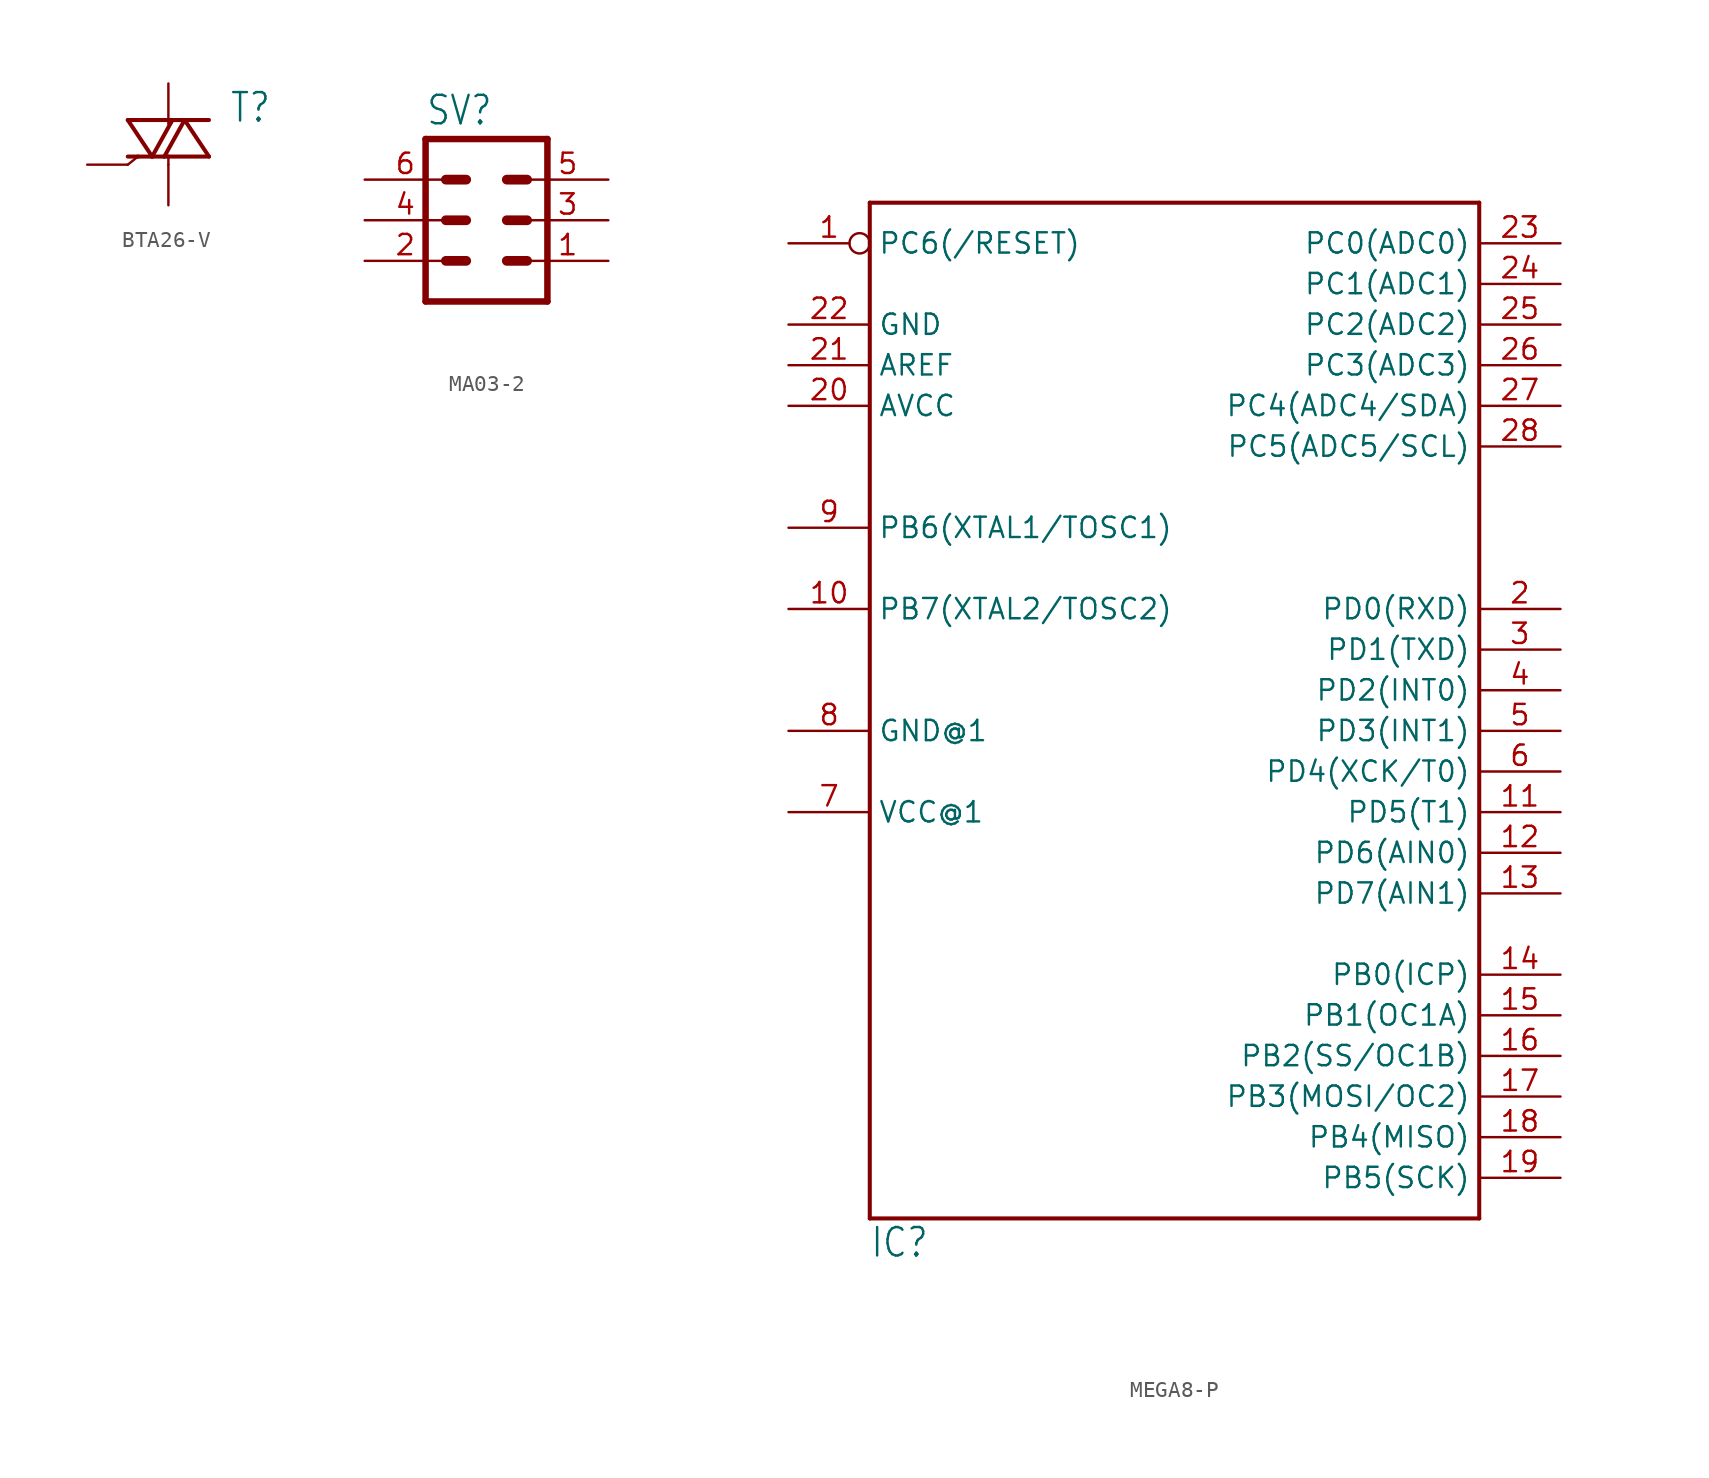
<source format=kicad_sym>
(kicad_symbol_lib
  (version 20220914)
  (generator kicad_symbol_editor)
  (symbol "BTA26-V"
    (property "Reference" "T"
      (at 3.81 2.54 0)
      (effects (font (size 1.778 1.511)) (justify left bottom)))
    (property "Value" ""
      (at 3.81 0 0)
      (effects (font (size 1.778 1.511)) (justify left bottom)))
    (property "ki_locked" ""
      (at 0 0 0)
      (effects (font (size 1.27 1.27))))
    (symbol "BTA26-V_1_0"
      (polyline (pts (xy -2.54 2.794) (xy -1.016 0.508)) (stroke (width 0.254) (type solid)) (fill (type none)))
      (polyline (pts (xy -1.905 0.508) (xy -2.54 0)) (stroke (width 0.152) (type solid)) (fill (type none)))
      (polyline (pts (xy -1.905 0.508) (xy -2.54 0.508)) (stroke (width 0.254) (type solid)) (fill (type none)))
      (polyline (pts (xy -1.016 0.508) (xy -1.905 0.508)) (stroke (width 0.254) (type solid)) (fill (type none)))
      (polyline (pts (xy -1.016 0.508) (xy -0.254 0.508)) (stroke (width 0.254) (type solid)) (fill (type none)))
      (polyline (pts (xy -1.016 0.508) (xy 0.254 2.794)) (stroke (width 0.254) (type solid)) (fill (type none)))
      (polyline (pts (xy -0.254 0.508) (xy 1.016 2.794)) (stroke (width 0.254) (type solid)) (fill (type none)))
      (polyline (pts (xy 0 0) (xy 0 0.508)) (stroke (width 0.152) (type solid)) (fill (type none)))
      (polyline (pts (xy 0 0.508) (xy -0.254 0.508)) (stroke (width 0.254) (type solid)) (fill (type none)))
      (polyline (pts (xy 0.254 2.794) (xy -2.54 2.794)) (stroke (width 0.254) (type solid)) (fill (type none)))
      (polyline (pts (xy 1.016 2.794) (xy 0.254 2.794)) (stroke (width 0.254) (type solid)) (fill (type none)))
      (polyline (pts (xy 1.016 2.794) (xy 2.54 0.508)) (stroke (width 0.254) (type solid)) (fill (type none)))
      (polyline (pts (xy 1.016 2.794) (xy 2.54 2.794)) (stroke (width 0.254) (type solid)) (fill (type none)))
      (polyline (pts (xy 2.54 0.508) (xy 0 0.508)) (stroke (width 0.254) (type solid)) (fill (type none)))
      (pin passive line (at 0 -2.54 90) (length 2.54) (name "A1" (effects (font (size 0 0)))) (number "A1" (effects (font (size 0 0)))))
      (pin passive line (at 0 5.08 270) (length 2.54) (name "A2" (effects (font (size 0 0)))) (number "A2" (effects (font (size 0 0)))))
      (pin passive line (at -5.08 0 0) (length 2.54) (name "G" (effects (font (size 0 0)))) (number "G" (effects (font (size 0 0)))))))
  (symbol "MA03-2"
    (property "Reference" "SV"
      (at -3.81 5.842 0)
      (effects (font (size 1.778 1.511)) (justify left bottom)))
    (property "Value" ""
      (at -3.81 -7.62 0)
      (effects (font (size 1.778 1.511)) (justify left bottom)))
    (property "ki_locked" ""
      (at 0 0 0)
      (effects (font (size 1.27 1.27))))
    (symbol "MA03-2_1_0"
      (polyline (pts (xy -3.81 5.08) (xy -3.81 -5.08)) (stroke (width 0.406) (type solid)) (fill (type none)))
      (polyline (pts (xy -3.81 5.08) (xy 3.81 5.08)) (stroke (width 0.406) (type solid)) (fill (type none)))
      (polyline (pts (xy -2.54 -2.54) (xy -1.27 -2.54)) (stroke (width 0.61) (type solid)) (fill (type none)))
      (polyline (pts (xy -2.54 0) (xy -1.27 0)) (stroke (width 0.61) (type solid)) (fill (type none)))
      (polyline (pts (xy -2.54 2.54) (xy -1.27 2.54)) (stroke (width 0.61) (type solid)) (fill (type none)))
      (polyline (pts (xy 1.27 -2.54) (xy 2.54 -2.54)) (stroke (width 0.61) (type solid)) (fill (type none)))
      (polyline (pts (xy 1.27 0) (xy 2.54 0)) (stroke (width 0.61) (type solid)) (fill (type none)))
      (polyline (pts (xy 1.27 2.54) (xy 2.54 2.54)) (stroke (width 0.61) (type solid)) (fill (type none)))
      (polyline (pts (xy 3.81 -5.08) (xy -3.81 -5.08)) (stroke (width 0.406) (type solid)) (fill (type none)))
      (polyline (pts (xy 3.81 -5.08) (xy 3.81 5.08)) (stroke (width 0.406) (type solid)) (fill (type none)))
      (pin passive line (at 7.62 -2.54 180) (length 5.08) (name "1" (effects (font (size 0 0)))) (number "1" (effects (font (size 1.27 1.27)))))
      (pin passive line (at -7.62 -2.54 0) (length 5.08) (name "2" (effects (font (size 0 0)))) (number "2" (effects (font (size 1.27 1.27)))))
      (pin passive line (at 7.62 0 180) (length 5.08) (name "3" (effects (font (size 0 0)))) (number "3" (effects (font (size 1.27 1.27)))))
      (pin passive line (at -7.62 0 0) (length 5.08) (name "4" (effects (font (size 0 0)))) (number "4" (effects (font (size 1.27 1.27)))))
      (pin passive line (at 7.62 2.54 180) (length 5.08) (name "5" (effects (font (size 0 0)))) (number "5" (effects (font (size 1.27 1.27)))))
      (pin passive line (at -7.62 2.54 0) (length 5.08) (name "6" (effects (font (size 0 0)))) (number "6" (effects (font (size 1.27 1.27)))))))
  (symbol "MEGA8-P"
    (property "Reference" "IC"
      (at -17.78 -35.56 0)
      (effects (font (size 1.778 1.511)) (justify left bottom)))
    (property "Value" ""
      (at -17.78 31.75 0)
      (effects (font (size 1.778 1.511)) (justify left bottom)))
    (property "ki_locked" ""
      (at 0 0 0)
      (effects (font (size 1.27 1.27))))
    (symbol "MEGA8-P_1_0"
      (polyline (pts (xy -17.78 -33.02) (xy -17.78 30.48)) (stroke (width 0.254) (type solid)) (fill (type none)))
      (polyline (pts (xy -17.78 30.48) (xy 20.32 30.48)) (stroke (width 0.254) (type solid)) (fill (type none)))
      (polyline (pts (xy 20.32 -33.02) (xy -17.78 -33.02)) (stroke (width 0.254) (type solid)) (fill (type none)))
      (polyline (pts (xy 20.32 30.48) (xy 20.32 -33.02)) (stroke (width 0.254) (type solid)) (fill (type none)))
      (pin bidirectional inverted (at -22.86 27.94 0) (length 5.08) (name "PC6(/RESET)" (effects (font (size 1.27 1.27)))) (number "1" (effects (font (size 1.27 1.27)))))
      (pin bidirectional line (at -22.86 5.08 0) (length 5.08) (name "PB7(XTAL2/TOSC2)" (effects (font (size 1.27 1.27)))) (number "10" (effects (font (size 1.27 1.27)))))
      (pin bidirectional line (at 25.4 -7.62 180) (length 5.08) (name "PD5(T1)" (effects (font (size 1.27 1.27)))) (number "11" (effects (font (size 1.27 1.27)))))
      (pin bidirectional line (at 25.4 -10.16 180) (length 5.08) (name "PD6(AIN0)" (effects (font (size 1.27 1.27)))) (number "12" (effects (font (size 1.27 1.27)))))
      (pin bidirectional line (at 25.4 -12.7 180) (length 5.08) (name "PD7(AIN1)" (effects (font (size 1.27 1.27)))) (number "13" (effects (font (size 1.27 1.27)))))
      (pin bidirectional line (at 25.4 -17.78 180) (length 5.08) (name "PB0(ICP)" (effects (font (size 1.27 1.27)))) (number "14" (effects (font (size 1.27 1.27)))))
      (pin bidirectional line (at 25.4 -20.32 180) (length 5.08) (name "PB1(OC1A)" (effects (font (size 1.27 1.27)))) (number "15" (effects (font (size 1.27 1.27)))))
      (pin bidirectional line (at 25.4 -22.86 180) (length 5.08) (name "PB2(SS/OC1B)" (effects (font (size 1.27 1.27)))) (number "16" (effects (font (size 1.27 1.27)))))
      (pin bidirectional line (at 25.4 -25.4 180) (length 5.08) (name "PB3(MOSI/OC2)" (effects (font (size 1.27 1.27)))) (number "17" (effects (font (size 1.27 1.27)))))
      (pin bidirectional line (at 25.4 -27.94 180) (length 5.08) (name "PB4(MISO)" (effects (font (size 1.27 1.27)))) (number "18" (effects (font (size 1.27 1.27)))))
      (pin bidirectional line (at 25.4 -30.48 180) (length 5.08) (name "PB5(SCK)" (effects (font (size 1.27 1.27)))) (number "19" (effects (font (size 1.27 1.27)))))
      (pin bidirectional line (at 25.4 5.08 180) (length 5.08) (name "PD0(RXD)" (effects (font (size 1.27 1.27)))) (number "2" (effects (font (size 1.27 1.27)))))
      (pin power_in line (at -22.86 17.78 0) (length 5.08) (name "AVCC" (effects (font (size 1.27 1.27)))) (number "20" (effects (font (size 1.27 1.27)))))
      (pin passive line (at -22.86 20.32 0) (length 5.08) (name "AREF" (effects (font (size 1.27 1.27)))) (number "21" (effects (font (size 1.27 1.27)))))
      (pin power_in line (at -22.86 22.86 0) (length 5.08) (name "GND" (effects (font (size 1.27 1.27)))) (number "22" (effects (font (size 1.27 1.27)))))
      (pin bidirectional line (at 25.4 27.94 180) (length 5.08) (name "PC0(ADC0)" (effects (font (size 1.27 1.27)))) (number "23" (effects (font (size 1.27 1.27)))))
      (pin bidirectional line (at 25.4 25.4 180) (length 5.08) (name "PC1(ADC1)" (effects (font (size 1.27 1.27)))) (number "24" (effects (font (size 1.27 1.27)))))
      (pin bidirectional line (at 25.4 22.86 180) (length 5.08) (name "PC2(ADC2)" (effects (font (size 1.27 1.27)))) (number "25" (effects (font (size 1.27 1.27)))))
      (pin bidirectional line (at 25.4 20.32 180) (length 5.08) (name "PC3(ADC3)" (effects (font (size 1.27 1.27)))) (number "26" (effects (font (size 1.27 1.27)))))
      (pin bidirectional line (at 25.4 17.78 180) (length 5.08) (name "PC4(ADC4/SDA)" (effects (font (size 1.27 1.27)))) (number "27" (effects (font (size 1.27 1.27)))))
      (pin bidirectional line (at 25.4 15.24 180) (length 5.08) (name "PC5(ADC5/SCL)" (effects (font (size 1.27 1.27)))) (number "28" (effects (font (size 1.27 1.27)))))
      (pin bidirectional line (at 25.4 2.54 180) (length 5.08) (name "PD1(TXD)" (effects (font (size 1.27 1.27)))) (number "3" (effects (font (size 1.27 1.27)))))
      (pin bidirectional line (at 25.4 0 180) (length 5.08) (name "PD2(INT0)" (effects (font (size 1.27 1.27)))) (number "4" (effects (font (size 1.27 1.27)))))
      (pin bidirectional line (at 25.4 -2.54 180) (length 5.08) (name "PD3(INT1)" (effects (font (size 1.27 1.27)))) (number "5" (effects (font (size 1.27 1.27)))))
      (pin bidirectional line (at 25.4 -5.08 180) (length 5.08) (name "PD4(XCK/T0)" (effects (font (size 1.27 1.27)))) (number "6" (effects (font (size 1.27 1.27)))))
      (pin power_in line (at -22.86 -7.62 0) (length 5.08) (name "VCC@1" (effects (font (size 1.27 1.27)))) (number "7" (effects (font (size 1.27 1.27)))))
      (pin power_in line (at -22.86 -2.54 0) (length 5.08) (name "GND@1" (effects (font (size 1.27 1.27)))) (number "8" (effects (font (size 1.27 1.27)))))
      (pin bidirectional line (at -22.86 10.16 0) (length 5.08) (name "PB6(XTAL1/TOSC1)" (effects (font (size 1.27 1.27)))) (number "9" (effects (font (size 1.27 1.27))))))))
</source>
